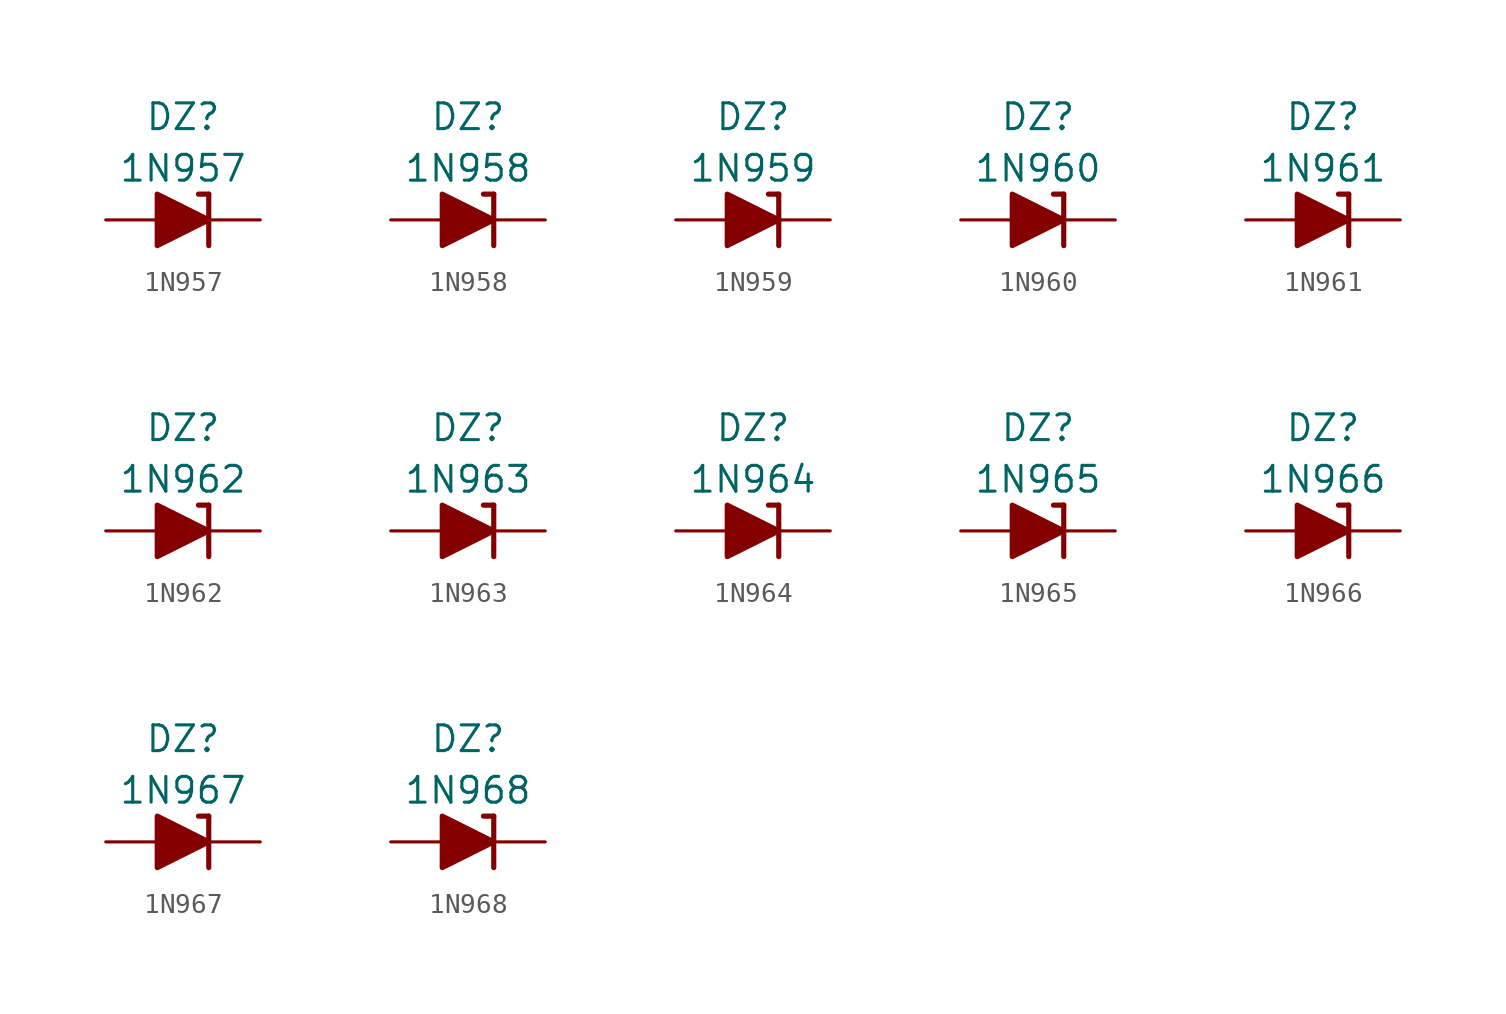
<source format=kicad_sym>
(kicad_symbol_lib
  (version 20211014)
  (generator kicad_symbol_editor)
  (symbol "1N957"
    (pin_numbers hide)
    (pin_names
      (offset 1.016) hide)
    (property "Reference" "DZ"
      (at 0 5.08 0)
      (effects (font (size 1.27 1.27))))
    (property "Value" "1N957"
      (at 0 2.54 0)
      (effects (font (size 1.27 1.27))))
    (symbol "1N957_0_1"
      (polyline (pts (xy -1.27 0) (xy 1.27 0)) (stroke (width 0) (type default) (color 0 0 0 0)) (fill (type none)))
      (polyline (pts (xy 1.27 1.27) (xy 0.762 1.27)) (stroke (width 0.254) (type default) (color 0 0 0 0)) (fill (type none)))
      (polyline (pts (xy 1.27 1.27) (xy 1.27 -1.27)) (stroke (width 0.254) (type default) (color 0 0 0 0)) (fill (type none)))
      (polyline (pts (xy -1.27 -1.27) (xy -1.27 1.27) (xy 1.27 0) (xy -1.27 -1.27)) (stroke (width 0.254) (type default) (color 0 0 0 0)) (fill (type outline))))
    (symbol "1N957_1_1"
      (pin passive line (at 3.81 0 180) (length 2.54) (name "K" (effects (font (size 1.27 1.27)))) (number "1" (effects (font (size 1.27 1.27)))))
      (pin passive line (at -3.81 0 0) (length 2.54) (name "A" (effects (font (size 1.27 1.27)))) (number "2" (effects (font (size 1.27 1.27)))))))
  (symbol "1N958"
    (pin_numbers hide)
    (pin_names
      (offset 1.016) hide)
    (property "Reference" "DZ"
      (at 0 5.08 0)
      (effects (font (size 1.27 1.27))))
    (property "Value" "1N958"
      (at 0 2.54 0)
      (effects (font (size 1.27 1.27))))
    (symbol "1N958_0_1"
      (polyline (pts (xy -1.27 0) (xy 1.27 0)) (stroke (width 0) (type default) (color 0 0 0 0)) (fill (type none)))
      (polyline (pts (xy 1.27 1.27) (xy 0.762 1.27)) (stroke (width 0.254) (type default) (color 0 0 0 0)) (fill (type none)))
      (polyline (pts (xy 1.27 1.27) (xy 1.27 -1.27)) (stroke (width 0.254) (type default) (color 0 0 0 0)) (fill (type none)))
      (polyline (pts (xy -1.27 -1.27) (xy -1.27 1.27) (xy 1.27 0) (xy -1.27 -1.27)) (stroke (width 0.254) (type default) (color 0 0 0 0)) (fill (type outline))))
    (symbol "1N958_1_1"
      (pin passive line (at 3.81 0 180) (length 2.54) (name "K" (effects (font (size 1.27 1.27)))) (number "1" (effects (font (size 1.27 1.27)))))
      (pin passive line (at -3.81 0 0) (length 2.54) (name "A" (effects (font (size 1.27 1.27)))) (number "2" (effects (font (size 1.27 1.27)))))))
  (symbol "1N959"
    (pin_numbers hide)
    (pin_names
      (offset 1.016) hide)
    (property "Reference" "DZ"
      (at 0 5.08 0)
      (effects (font (size 1.27 1.27))))
    (property "Value" "1N959"
      (at 0 2.54 0)
      (effects (font (size 1.27 1.27))))
    (symbol "1N959_0_1"
      (polyline (pts (xy -1.27 0) (xy 1.27 0)) (stroke (width 0) (type default) (color 0 0 0 0)) (fill (type none)))
      (polyline (pts (xy 1.27 1.27) (xy 0.762 1.27)) (stroke (width 0.254) (type default) (color 0 0 0 0)) (fill (type none)))
      (polyline (pts (xy 1.27 1.27) (xy 1.27 -1.27)) (stroke (width 0.254) (type default) (color 0 0 0 0)) (fill (type none)))
      (polyline (pts (xy -1.27 -1.27) (xy -1.27 1.27) (xy 1.27 0) (xy -1.27 -1.27)) (stroke (width 0.254) (type default) (color 0 0 0 0)) (fill (type outline))))
    (symbol "1N959_1_1"
      (pin passive line (at 3.81 0 180) (length 2.54) (name "K" (effects (font (size 1.27 1.27)))) (number "1" (effects (font (size 1.27 1.27)))))
      (pin passive line (at -3.81 0 0) (length 2.54) (name "A" (effects (font (size 1.27 1.27)))) (number "2" (effects (font (size 1.27 1.27)))))))
  (symbol "1N960"
    (pin_numbers hide)
    (pin_names
      (offset 1.016) hide)
    (property "Reference" "DZ"
      (at 0 5.08 0)
      (effects (font (size 1.27 1.27))))
    (property "Value" "1N960"
      (at 0 2.54 0)
      (effects (font (size 1.27 1.27))))
    (symbol "1N960_0_1"
      (polyline (pts (xy -1.27 0) (xy 1.27 0)) (stroke (width 0) (type default) (color 0 0 0 0)) (fill (type none)))
      (polyline (pts (xy 1.27 1.27) (xy 0.762 1.27)) (stroke (width 0.254) (type default) (color 0 0 0 0)) (fill (type none)))
      (polyline (pts (xy 1.27 1.27) (xy 1.27 -1.27)) (stroke (width 0.254) (type default) (color 0 0 0 0)) (fill (type none)))
      (polyline (pts (xy -1.27 -1.27) (xy -1.27 1.27) (xy 1.27 0) (xy -1.27 -1.27)) (stroke (width 0.254) (type default) (color 0 0 0 0)) (fill (type outline))))
    (symbol "1N960_1_1"
      (pin passive line (at 3.81 0 180) (length 2.54) (name "K" (effects (font (size 1.27 1.27)))) (number "1" (effects (font (size 1.27 1.27)))))
      (pin passive line (at -3.81 0 0) (length 2.54) (name "A" (effects (font (size 1.27 1.27)))) (number "2" (effects (font (size 1.27 1.27)))))))
  (symbol "1N961"
    (pin_numbers hide)
    (pin_names
      (offset 1.016) hide)
    (property "Reference" "DZ"
      (at 0 5.08 0)
      (effects (font (size 1.27 1.27))))
    (property "Value" "1N961"
      (at 0 2.54 0)
      (effects (font (size 1.27 1.27))))
    (symbol "1N961_0_1"
      (polyline (pts (xy -1.27 0) (xy 1.27 0)) (stroke (width 0) (type default) (color 0 0 0 0)) (fill (type none)))
      (polyline (pts (xy 1.27 1.27) (xy 0.762 1.27)) (stroke (width 0.254) (type default) (color 0 0 0 0)) (fill (type none)))
      (polyline (pts (xy 1.27 1.27) (xy 1.27 -1.27)) (stroke (width 0.254) (type default) (color 0 0 0 0)) (fill (type none)))
      (polyline (pts (xy -1.27 -1.27) (xy -1.27 1.27) (xy 1.27 0) (xy -1.27 -1.27)) (stroke (width 0.254) (type default) (color 0 0 0 0)) (fill (type outline))))
    (symbol "1N961_1_1"
      (pin passive line (at 3.81 0 180) (length 2.54) (name "K" (effects (font (size 1.27 1.27)))) (number "1" (effects (font (size 1.27 1.27)))))
      (pin passive line (at -3.81 0 0) (length 2.54) (name "A" (effects (font (size 1.27 1.27)))) (number "2" (effects (font (size 1.27 1.27)))))))
  (symbol "1N962"
    (pin_numbers hide)
    (pin_names
      (offset 1.016) hide)
    (property "Reference" "DZ"
      (at 0 5.08 0)
      (effects (font (size 1.27 1.27))))
    (property "Value" "1N962"
      (at 0 2.54 0)
      (effects (font (size 1.27 1.27))))
    (symbol "1N962_0_1"
      (polyline (pts (xy -1.27 0) (xy 1.27 0)) (stroke (width 0) (type default) (color 0 0 0 0)) (fill (type none)))
      (polyline (pts (xy 1.27 1.27) (xy 0.762 1.27)) (stroke (width 0.254) (type default) (color 0 0 0 0)) (fill (type none)))
      (polyline (pts (xy 1.27 1.27) (xy 1.27 -1.27)) (stroke (width 0.254) (type default) (color 0 0 0 0)) (fill (type none)))
      (polyline (pts (xy -1.27 -1.27) (xy -1.27 1.27) (xy 1.27 0) (xy -1.27 -1.27)) (stroke (width 0.254) (type default) (color 0 0 0 0)) (fill (type outline))))
    (symbol "1N962_1_1"
      (pin passive line (at 3.81 0 180) (length 2.54) (name "K" (effects (font (size 1.27 1.27)))) (number "1" (effects (font (size 1.27 1.27)))))
      (pin passive line (at -3.81 0 0) (length 2.54) (name "A" (effects (font (size 1.27 1.27)))) (number "2" (effects (font (size 1.27 1.27)))))))
  (symbol "1N963"
    (pin_numbers hide)
    (pin_names
      (offset 1.016) hide)
    (property "Reference" "DZ"
      (at 0 5.08 0)
      (effects (font (size 1.27 1.27))))
    (property "Value" "1N963"
      (at 0 2.54 0)
      (effects (font (size 1.27 1.27))))
    (symbol "1N963_0_1"
      (polyline (pts (xy -1.27 0) (xy 1.27 0)) (stroke (width 0) (type default) (color 0 0 0 0)) (fill (type none)))
      (polyline (pts (xy 1.27 1.27) (xy 0.762 1.27)) (stroke (width 0.254) (type default) (color 0 0 0 0)) (fill (type none)))
      (polyline (pts (xy 1.27 1.27) (xy 1.27 -1.27)) (stroke (width 0.254) (type default) (color 0 0 0 0)) (fill (type none)))
      (polyline (pts (xy -1.27 -1.27) (xy -1.27 1.27) (xy 1.27 0) (xy -1.27 -1.27)) (stroke (width 0.254) (type default) (color 0 0 0 0)) (fill (type outline))))
    (symbol "1N963_1_1"
      (pin passive line (at 3.81 0 180) (length 2.54) (name "K" (effects (font (size 1.27 1.27)))) (number "1" (effects (font (size 1.27 1.27)))))
      (pin passive line (at -3.81 0 0) (length 2.54) (name "A" (effects (font (size 1.27 1.27)))) (number "2" (effects (font (size 1.27 1.27)))))))
  (symbol "1N964"
    (pin_numbers hide)
    (pin_names
      (offset 1.016) hide)
    (property "Reference" "DZ"
      (at 0 5.08 0)
      (effects (font (size 1.27 1.27))))
    (property "Value" "1N964"
      (at 0 2.54 0)
      (effects (font (size 1.27 1.27))))
    (symbol "1N964_0_1"
      (polyline (pts (xy -1.27 0) (xy 1.27 0)) (stroke (width 0) (type default) (color 0 0 0 0)) (fill (type none)))
      (polyline (pts (xy 1.27 1.27) (xy 0.762 1.27)) (stroke (width 0.254) (type default) (color 0 0 0 0)) (fill (type none)))
      (polyline (pts (xy 1.27 1.27) (xy 1.27 -1.27)) (stroke (width 0.254) (type default) (color 0 0 0 0)) (fill (type none)))
      (polyline (pts (xy -1.27 -1.27) (xy -1.27 1.27) (xy 1.27 0) (xy -1.27 -1.27)) (stroke (width 0.254) (type default) (color 0 0 0 0)) (fill (type outline))))
    (symbol "1N964_1_1"
      (pin passive line (at 3.81 0 180) (length 2.54) (name "K" (effects (font (size 1.27 1.27)))) (number "1" (effects (font (size 1.27 1.27)))))
      (pin passive line (at -3.81 0 0) (length 2.54) (name "A" (effects (font (size 1.27 1.27)))) (number "2" (effects (font (size 1.27 1.27)))))))
  (symbol "1N965"
    (pin_numbers hide)
    (pin_names
      (offset 1.016) hide)
    (property "Reference" "DZ"
      (at 0 5.08 0)
      (effects (font (size 1.27 1.27))))
    (property "Value" "1N965"
      (at 0 2.54 0)
      (effects (font (size 1.27 1.27))))
    (symbol "1N965_0_1"
      (polyline (pts (xy -1.27 0) (xy 1.27 0)) (stroke (width 0) (type default) (color 0 0 0 0)) (fill (type none)))
      (polyline (pts (xy 1.27 1.27) (xy 0.762 1.27)) (stroke (width 0.254) (type default) (color 0 0 0 0)) (fill (type none)))
      (polyline (pts (xy 1.27 1.27) (xy 1.27 -1.27)) (stroke (width 0.254) (type default) (color 0 0 0 0)) (fill (type none)))
      (polyline (pts (xy -1.27 -1.27) (xy -1.27 1.27) (xy 1.27 0) (xy -1.27 -1.27)) (stroke (width 0.254) (type default) (color 0 0 0 0)) (fill (type outline))))
    (symbol "1N965_1_1"
      (pin passive line (at 3.81 0 180) (length 2.54) (name "K" (effects (font (size 1.27 1.27)))) (number "1" (effects (font (size 1.27 1.27)))))
      (pin passive line (at -3.81 0 0) (length 2.54) (name "A" (effects (font (size 1.27 1.27)))) (number "2" (effects (font (size 1.27 1.27)))))))
  (symbol "1N966"
    (pin_numbers hide)
    (pin_names
      (offset 1.016) hide)
    (property "Reference" "DZ"
      (at 0 5.08 0)
      (effects (font (size 1.27 1.27))))
    (property "Value" "1N966"
      (at 0 2.54 0)
      (effects (font (size 1.27 1.27))))
    (symbol "1N966_0_1"
      (polyline (pts (xy -1.27 0) (xy 1.27 0)) (stroke (width 0) (type default) (color 0 0 0 0)) (fill (type none)))
      (polyline (pts (xy 1.27 1.27) (xy 0.762 1.27)) (stroke (width 0.254) (type default) (color 0 0 0 0)) (fill (type none)))
      (polyline (pts (xy 1.27 1.27) (xy 1.27 -1.27)) (stroke (width 0.254) (type default) (color 0 0 0 0)) (fill (type none)))
      (polyline (pts (xy -1.27 -1.27) (xy -1.27 1.27) (xy 1.27 0) (xy -1.27 -1.27)) (stroke (width 0.254) (type default) (color 0 0 0 0)) (fill (type outline))))
    (symbol "1N966_1_1"
      (pin passive line (at 3.81 0 180) (length 2.54) (name "K" (effects (font (size 1.27 1.27)))) (number "1" (effects (font (size 1.27 1.27)))))
      (pin passive line (at -3.81 0 0) (length 2.54) (name "A" (effects (font (size 1.27 1.27)))) (number "2" (effects (font (size 1.27 1.27)))))))
  (symbol "1N967"
    (pin_numbers hide)
    (pin_names
      (offset 1.016) hide)
    (property "Reference" "DZ"
      (at 0 5.08 0)
      (effects (font (size 1.27 1.27))))
    (property "Value" "1N967"
      (at 0 2.54 0)
      (effects (font (size 1.27 1.27))))
    (symbol "1N967_0_1"
      (polyline (pts (xy -1.27 0) (xy 1.27 0)) (stroke (width 0) (type default) (color 0 0 0 0)) (fill (type none)))
      (polyline (pts (xy 1.27 1.27) (xy 0.762 1.27)) (stroke (width 0.254) (type default) (color 0 0 0 0)) (fill (type none)))
      (polyline (pts (xy 1.27 1.27) (xy 1.27 -1.27)) (stroke (width 0.254) (type default) (color 0 0 0 0)) (fill (type none)))
      (polyline (pts (xy -1.27 -1.27) (xy -1.27 1.27) (xy 1.27 0) (xy -1.27 -1.27)) (stroke (width 0.254) (type default) (color 0 0 0 0)) (fill (type outline))))
    (symbol "1N967_1_1"
      (pin passive line (at 3.81 0 180) (length 2.54) (name "K" (effects (font (size 1.27 1.27)))) (number "1" (effects (font (size 1.27 1.27)))))
      (pin passive line (at -3.81 0 0) (length 2.54) (name "A" (effects (font (size 1.27 1.27)))) (number "2" (effects (font (size 1.27 1.27)))))))
  (symbol "1N968"
    (pin_numbers hide)
    (pin_names
      (offset 1.016) hide)
    (property "Reference" "DZ"
      (at 0 5.08 0)
      (effects (font (size 1.27 1.27))))
    (property "Value" "1N968"
      (at 0 2.54 0)
      (effects (font (size 1.27 1.27))))
    (symbol "1N968_0_1"
      (polyline (pts (xy -1.27 0) (xy 1.27 0)) (stroke (width 0) (type default) (color 0 0 0 0)) (fill (type none)))
      (polyline (pts (xy 1.27 1.27) (xy 0.762 1.27)) (stroke (width 0.254) (type default) (color 0 0 0 0)) (fill (type none)))
      (polyline (pts (xy 1.27 1.27) (xy 1.27 -1.27)) (stroke (width 0.254) (type default) (color 0 0 0 0)) (fill (type none)))
      (polyline (pts (xy -1.27 -1.27) (xy -1.27 1.27) (xy 1.27 0) (xy -1.27 -1.27)) (stroke (width 0.254) (type default) (color 0 0 0 0)) (fill (type outline))))
    (symbol "1N968_1_1"
      (pin passive line (at 3.81 0 180) (length 2.54) (name "K" (effects (font (size 1.27 1.27)))) (number "1" (effects (font (size 1.27 1.27)))))
      (pin passive line (at -3.81 0 0) (length 2.54) (name "A" (effects (font (size 1.27 1.27)))) (number "2" (effects (font (size 1.27 1.27))))))))
</source>
